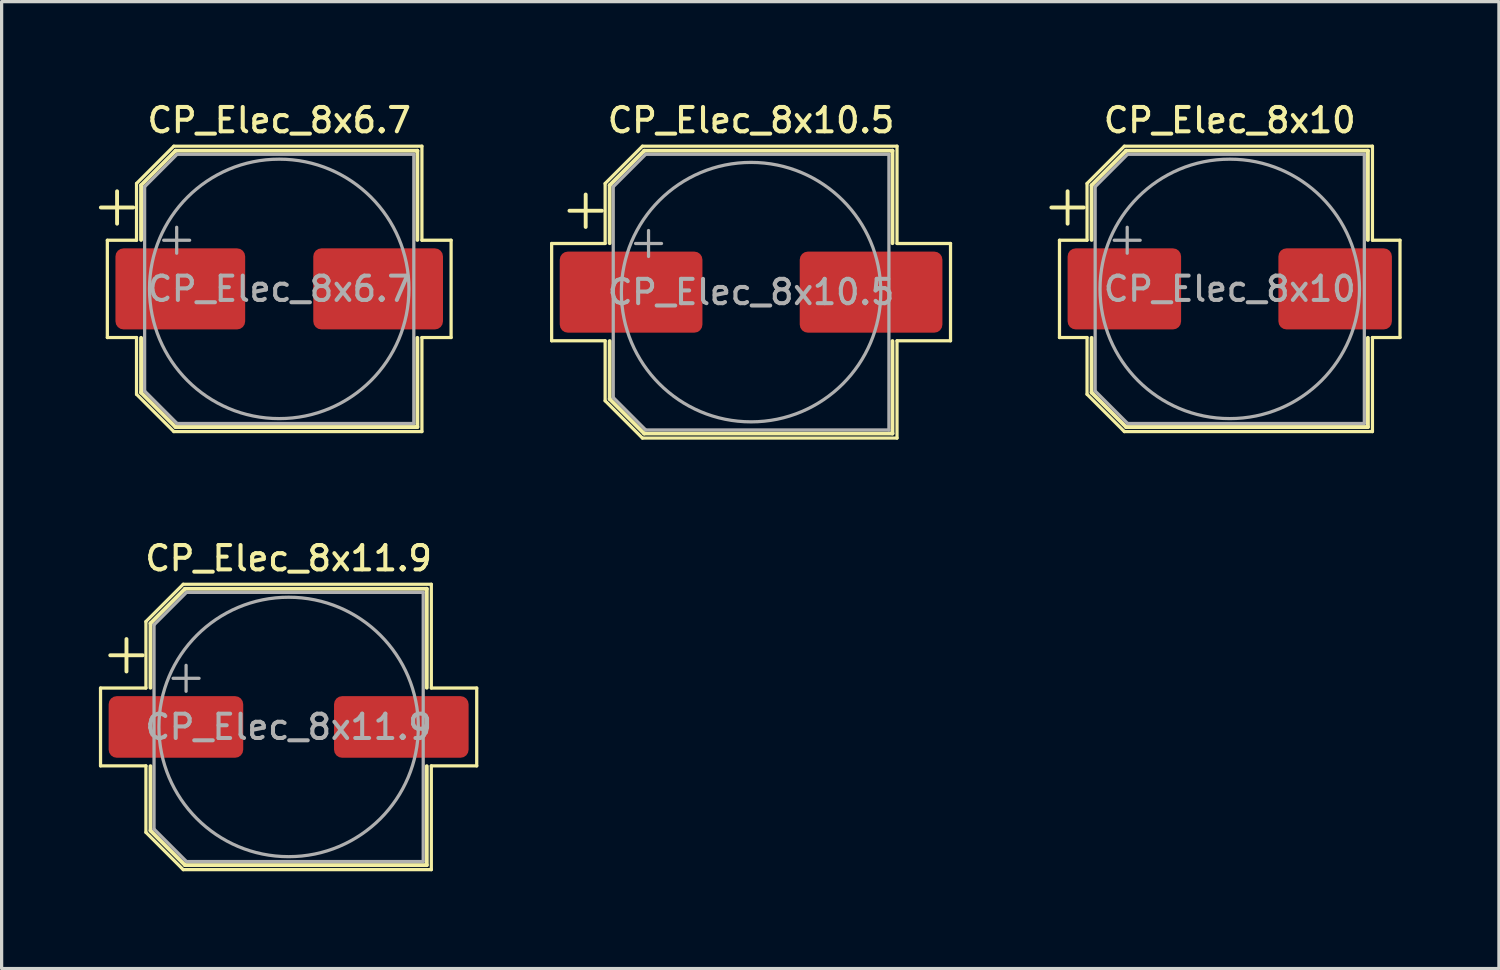
<source format=kicad_pcb>
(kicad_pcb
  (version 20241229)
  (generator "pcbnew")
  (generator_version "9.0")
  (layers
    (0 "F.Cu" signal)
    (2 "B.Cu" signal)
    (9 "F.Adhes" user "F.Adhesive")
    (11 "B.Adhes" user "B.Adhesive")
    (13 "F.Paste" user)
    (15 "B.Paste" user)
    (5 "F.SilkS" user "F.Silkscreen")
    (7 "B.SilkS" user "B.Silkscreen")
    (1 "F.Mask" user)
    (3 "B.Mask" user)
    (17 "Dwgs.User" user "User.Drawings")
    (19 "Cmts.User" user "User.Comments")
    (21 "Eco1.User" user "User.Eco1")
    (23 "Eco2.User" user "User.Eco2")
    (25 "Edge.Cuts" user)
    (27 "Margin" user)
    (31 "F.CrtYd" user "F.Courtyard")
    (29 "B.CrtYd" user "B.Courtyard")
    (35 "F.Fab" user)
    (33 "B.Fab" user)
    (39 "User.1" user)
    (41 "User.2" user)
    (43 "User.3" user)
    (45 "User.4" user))
  (footprint "CP_Elec_8x10"
    (layer "F.Cu")
    (at 34.87 5.858)
    (property "Reference" "CP_Elec_8x10" (at 0 -5.2 0) (layer "F.SilkS") (effects (font (size 0.75 0.75) (thickness 0.125))))
    (attr smd)
    (fp_line (start -5.5 -2.51) (end -4.5 -2.51) (stroke (width 0.12) (type solid)) (layer "F.SilkS"))
    (fp_line (start -5.25 -1.5) (end -5.25 1.5) (stroke (width 0.1) (type solid)) (layer "F.SilkS"))
    (fp_line (start -5.25 1.5) (end -4.4 1.5) (stroke (width 0.1) (type solid)) (layer "F.SilkS"))
    (fp_line (start -5 -3.01) (end -5 -2.01) (stroke (width 0.12) (type solid)) (layer "F.SilkS"))
    (fp_line (start -4.4 -3.25) (end -4.4 -1.5) (stroke (width 0.1) (type solid)) (layer "F.SilkS"))
    (fp_line (start -4.4 -3.25) (end -3.25 -4.4) (stroke (width 0.1) (type solid)) (layer "F.SilkS"))
    (fp_line (start -4.4 -1.5) (end -5.25 -1.5) (stroke (width 0.1) (type solid)) (layer "F.SilkS"))
    (fp_line (start -4.4 1.5) (end -4.4 3.25) (stroke (width 0.1) (type solid)) (layer "F.SilkS"))
    (fp_line (start -4.4 3.25) (end -3.25 4.4) (stroke (width 0.1) (type solid)) (layer "F.SilkS"))
    (fp_line (start -4.26 -3.196) (end -4.26 -1.51) (stroke (width 0.12) (type solid)) (layer "F.SilkS"))
    (fp_line (start -4.26 -3.196) (end -3.196 -4.26) (stroke (width 0.12) (type solid)) (layer "F.SilkS"))
    (fp_line (start -4.26 3.196) (end -4.26 1.51) (stroke (width 0.12) (type solid)) (layer "F.SilkS"))
    (fp_line (start -4.26 3.196) (end -3.196 4.26) (stroke (width 0.12) (type solid)) (layer "F.SilkS"))
    (fp_line (start -3.25 -4.4) (end 4.4 -4.4) (stroke (width 0.1) (type solid)) (layer "F.SilkS"))
    (fp_line (start -3.25 4.4) (end 4.4 4.4) (stroke (width 0.1) (type solid)) (layer "F.SilkS"))
    (fp_line (start -3.196 -4.26) (end 4.26 -4.26) (stroke (width 0.12) (type solid)) (layer "F.SilkS"))
    (fp_line (start -3.196 4.26) (end 4.26 4.26) (stroke (width 0.12) (type solid)) (layer "F.SilkS"))
    (fp_line (start 4.26 -4.26) (end 4.26 -1.51) (stroke (width 0.12) (type solid)) (layer "F.SilkS"))
    (fp_line (start 4.26 4.26) (end 4.26 1.51) (stroke (width 0.12) (type solid)) (layer "F.SilkS"))
    (fp_line (start 4.4 -4.4) (end 4.4 -1.5) (stroke (width 0.1) (type solid)) (layer "F.SilkS"))
    (fp_line (start 4.4 -1.5) (end 5.25 -1.5) (stroke (width 0.1) (type solid)) (layer "F.SilkS"))
    (fp_line (start 4.4 1.5) (end 4.4 4.4) (stroke (width 0.1) (type solid)) (layer "F.SilkS"))
    (fp_line (start 5.25 -1.5) (end 5.25 1.5) (stroke (width 0.1) (type solid)) (layer "F.SilkS"))
    (fp_line (start 5.25 1.5) (end 4.4 1.5) (stroke (width 0.1) (type solid)) (layer "F.SilkS"))
    (fp_line (start -4.15 -3.15) (end -4.15 3.15) (stroke (width 0.1) (type solid)) (layer "F.Fab"))
    (fp_line (start -4.15 -3.15) (end -3.15 -4.15) (stroke (width 0.1) (type solid)) (layer "F.Fab"))
    (fp_line (start -4.15 3.15) (end -3.15 4.15) (stroke (width 0.1) (type solid)) (layer "F.Fab"))
    (fp_line (start -3.562 -1.5) (end -2.762 -1.5) (stroke (width 0.1) (type solid)) (layer "F.Fab"))
    (fp_line (start -3.162 -1.9) (end -3.162 -1.1) (stroke (width 0.1) (type solid)) (layer "F.Fab"))
    (fp_line (start -3.15 -4.15) (end 4.15 -4.15) (stroke (width 0.1) (type solid)) (layer "F.Fab"))
    (fp_line (start -3.15 4.15) (end 4.15 4.15) (stroke (width 0.1) (type solid)) (layer "F.Fab"))
    (fp_line (start 4.15 -4.15) (end 4.15 4.15) (stroke (width 0.1) (type solid)) (layer "F.Fab"))
    (fp_circle (center 0 0) (end 4 0) (stroke (width 0.1) (type solid)) (fill no) (layer "F.Fab"))
    (fp_text user "${REFERENCE}" (at 0 0 0) (layer "F.Fab") (effects (font (size 0.75 0.75) (thickness 0.125))))
    (pad "1" smd roundrect (at -3.25 0) (size 3.5 2.5) (layers "F.Cu" "F.Mask" "F.Paste") (roundrect_rratio 0.1))
    (pad "2" smd roundrect (at 3.25 0) (size 3.5 2.5) (layers "F.Cu" "F.Mask" "F.Paste") (roundrect_rratio 0.1)))
  (footprint "CP_Elec_8x11.9"
    (layer "F.Cu")
    (at 5.85 19.366)
    (property "Reference" "CP_Elec_8x11.9" (at 0 -5.2 0) (layer "F.SilkS") (effects (font (size 0.75 0.75) (thickness 0.125))))
    (attr smd)
    (fp_line (start -5.8 -1.2) (end -5.8 1.2) (stroke (width 0.1) (type solid)) (layer "F.SilkS"))
    (fp_line (start -5.8 1.2) (end -4.4 1.2) (stroke (width 0.1) (type solid)) (layer "F.SilkS"))
    (fp_line (start -5.5 -2.21) (end -4.5 -2.21) (stroke (width 0.12) (type solid)) (layer "F.SilkS"))
    (fp_line (start -5 -2.71) (end -5 -1.71) (stroke (width 0.12) (type solid)) (layer "F.SilkS"))
    (fp_line (start -4.4 -3.25) (end -4.4 -1.2) (stroke (width 0.1) (type solid)) (layer "F.SilkS"))
    (fp_line (start -4.4 -3.25) (end -3.25 -4.4) (stroke (width 0.1) (type solid)) (layer "F.SilkS"))
    (fp_line (start -4.4 -1.2) (end -5.8 -1.2) (stroke (width 0.1) (type solid)) (layer "F.SilkS"))
    (fp_line (start -4.4 1.2) (end -4.4 3.25) (stroke (width 0.1) (type solid)) (layer "F.SilkS"))
    (fp_line (start -4.4 3.25) (end -3.25 4.4) (stroke (width 0.1) (type solid)) (layer "F.SilkS"))
    (fp_line (start -4.26 -3.196) (end -4.26 -1.21) (stroke (width 0.12) (type solid)) (layer "F.SilkS"))
    (fp_line (start -4.26 -3.196) (end -3.196 -4.26) (stroke (width 0.12) (type solid)) (layer "F.SilkS"))
    (fp_line (start -4.26 3.196) (end -4.26 1.21) (stroke (width 0.12) (type solid)) (layer "F.SilkS"))
    (fp_line (start -4.26 3.196) (end -3.196 4.26) (stroke (width 0.12) (type solid)) (layer "F.SilkS"))
    (fp_line (start -3.25 -4.4) (end 4.4 -4.4) (stroke (width 0.1) (type solid)) (layer "F.SilkS"))
    (fp_line (start -3.25 4.4) (end 4.4 4.4) (stroke (width 0.1) (type solid)) (layer "F.SilkS"))
    (fp_line (start -3.196 -4.26) (end 4.26 -4.26) (stroke (width 0.12) (type solid)) (layer "F.SilkS"))
    (fp_line (start -3.196 4.26) (end 4.26 4.26) (stroke (width 0.12) (type solid)) (layer "F.SilkS"))
    (fp_line (start 4.26 -4.26) (end 4.26 -1.21) (stroke (width 0.12) (type solid)) (layer "F.SilkS"))
    (fp_line (start 4.26 4.26) (end 4.26 1.21) (stroke (width 0.12) (type solid)) (layer "F.SilkS"))
    (fp_line (start 4.4 -4.4) (end 4.4 -1.2) (stroke (width 0.1) (type solid)) (layer "F.SilkS"))
    (fp_line (start 4.4 -1.2) (end 5.8 -1.2) (stroke (width 0.1) (type solid)) (layer "F.SilkS"))
    (fp_line (start 4.4 1.2) (end 4.4 4.4) (stroke (width 0.1) (type solid)) (layer "F.SilkS"))
    (fp_line (start 5.8 -1.2) (end 5.8 1.2) (stroke (width 0.1) (type solid)) (layer "F.SilkS"))
    (fp_line (start 5.8 1.2) (end 4.4 1.2) (stroke (width 0.1) (type solid)) (layer "F.SilkS"))
    (fp_line (start -4.15 -3.15) (end -4.15 3.15) (stroke (width 0.1) (type solid)) (layer "F.Fab"))
    (fp_line (start -4.15 -3.15) (end -3.15 -4.15) (stroke (width 0.1) (type solid)) (layer "F.Fab"))
    (fp_line (start -4.15 3.15) (end -3.15 4.15) (stroke (width 0.1) (type solid)) (layer "F.Fab"))
    (fp_line (start -3.562 -1.5) (end -2.762 -1.5) (stroke (width 0.1) (type solid)) (layer "F.Fab"))
    (fp_line (start -3.162 -1.9) (end -3.162 -1.1) (stroke (width 0.1) (type solid)) (layer "F.Fab"))
    (fp_line (start -3.15 -4.15) (end 4.15 -4.15) (stroke (width 0.1) (type solid)) (layer "F.Fab"))
    (fp_line (start -3.15 4.15) (end 4.15 4.15) (stroke (width 0.1) (type solid)) (layer "F.Fab"))
    (fp_line (start 4.15 -4.15) (end 4.15 4.15) (stroke (width 0.1) (type solid)) (layer "F.Fab"))
    (fp_circle (center 0 0) (end 4 0) (stroke (width 0.1) (type solid)) (fill no) (layer "F.Fab"))
    (fp_text user "${REFERENCE}" (at 0 0 0) (layer "F.Fab") (effects (font (size 0.75 0.75) (thickness 0.125))))
    (pad "1" smd roundrect (at -3.475 0) (size 4.15 1.9) (layers "F.Cu" "F.Mask" "F.Paste") (roundrect_rratio 0.132))
    (pad "2" smd roundrect (at 3.475 0) (size 4.15 1.9) (layers "F.Cu" "F.Mask" "F.Paste") (roundrect_rratio 0.132)))
  (footprint "CP_Elec_8x10.5"
    (layer "F.Cu")
    (at 20.11 5.958)
    (property "Reference" "CP_Elec_8x10.5" (at 0 -5.3 0) (layer "F.SilkS") (effects (font (size 0.75 0.75) (thickness 0.125))))
    (attr smd)
    (fp_line (start -6.15 -1.5) (end -6.15 1.5) (stroke (width 0.1) (type solid)) (layer "F.SilkS"))
    (fp_line (start -6.15 1.5) (end -4.5 1.5) (stroke (width 0.1) (type solid)) (layer "F.SilkS"))
    (fp_line (start -5.6 -2.51) (end -4.6 -2.51) (stroke (width 0.12) (type solid)) (layer "F.SilkS"))
    (fp_line (start -5.1 -3.01) (end -5.1 -2.01) (stroke (width 0.12) (type solid)) (layer "F.SilkS"))
    (fp_line (start -4.5 -3.35) (end -4.5 -1.5) (stroke (width 0.1) (type solid)) (layer "F.SilkS"))
    (fp_line (start -4.5 -3.35) (end -3.35 -4.5) (stroke (width 0.1) (type solid)) (layer "F.SilkS"))
    (fp_line (start -4.5 -1.5) (end -6.15 -1.5) (stroke (width 0.1) (type solid)) (layer "F.SilkS"))
    (fp_line (start -4.5 1.5) (end -4.5 3.35) (stroke (width 0.1) (type solid)) (layer "F.SilkS"))
    (fp_line (start -4.5 3.35) (end -3.35 4.5) (stroke (width 0.1) (type solid)) (layer "F.SilkS"))
    (fp_line (start -4.36 -3.296) (end -4.36 -1.51) (stroke (width 0.12) (type solid)) (layer "F.SilkS"))
    (fp_line (start -4.36 -3.296) (end -3.296 -4.36) (stroke (width 0.12) (type solid)) (layer "F.SilkS"))
    (fp_line (start -4.36 3.296) (end -4.36 1.51) (stroke (width 0.12) (type solid)) (layer "F.SilkS"))
    (fp_line (start -4.36 3.296) (end -3.296 4.36) (stroke (width 0.12) (type solid)) (layer "F.SilkS"))
    (fp_line (start -3.35 -4.5) (end 4.5 -4.5) (stroke (width 0.1) (type solid)) (layer "F.SilkS"))
    (fp_line (start -3.35 4.5) (end 4.5 4.5) (stroke (width 0.1) (type solid)) (layer "F.SilkS"))
    (fp_line (start -3.296 -4.36) (end 4.36 -4.36) (stroke (width 0.12) (type solid)) (layer "F.SilkS"))
    (fp_line (start -3.296 4.36) (end 4.36 4.36) (stroke (width 0.12) (type solid)) (layer "F.SilkS"))
    (fp_line (start 4.36 -4.36) (end 4.36 -1.51) (stroke (width 0.12) (type solid)) (layer "F.SilkS"))
    (fp_line (start 4.36 4.36) (end 4.36 1.51) (stroke (width 0.12) (type solid)) (layer "F.SilkS"))
    (fp_line (start 4.5 -4.5) (end 4.5 -1.5) (stroke (width 0.1) (type solid)) (layer "F.SilkS"))
    (fp_line (start 4.5 -1.5) (end 6.15 -1.5) (stroke (width 0.1) (type solid)) (layer "F.SilkS"))
    (fp_line (start 4.5 1.5) (end 4.5 4.5) (stroke (width 0.1) (type solid)) (layer "F.SilkS"))
    (fp_line (start 6.15 -1.5) (end 6.15 1.5) (stroke (width 0.1) (type solid)) (layer "F.SilkS"))
    (fp_line (start 6.15 1.5) (end 4.5 1.5) (stroke (width 0.1) (type solid)) (layer "F.SilkS"))
    (fp_line (start -4.25 -3.25) (end -4.25 3.25) (stroke (width 0.1) (type solid)) (layer "F.Fab"))
    (fp_line (start -4.25 -3.25) (end -3.25 -4.25) (stroke (width 0.1) (type solid)) (layer "F.Fab"))
    (fp_line (start -4.25 3.25) (end -3.25 4.25) (stroke (width 0.1) (type solid)) (layer "F.Fab"))
    (fp_line (start -3.562 -1.5) (end -2.762 -1.5) (stroke (width 0.1) (type solid)) (layer "F.Fab"))
    (fp_line (start -3.25 -4.25) (end 4.25 -4.25) (stroke (width 0.1) (type solid)) (layer "F.Fab"))
    (fp_line (start -3.25 4.25) (end 4.25 4.25) (stroke (width 0.1) (type solid)) (layer "F.Fab"))
    (fp_line (start -3.162 -1.9) (end -3.162 -1.1) (stroke (width 0.1) (type solid)) (layer "F.Fab"))
    (fp_line (start 4.25 -4.25) (end 4.25 4.25) (stroke (width 0.1) (type solid)) (layer "F.Fab"))
    (fp_circle (center 0 0) (end 4 0) (stroke (width 0.1) (type solid)) (fill no) (layer "F.Fab"))
    (fp_text user "${REFERENCE}" (at 0 0 0) (layer "F.Fab") (effects (font (size 0.75 0.75) (thickness 0.125))))
    (pad "1" smd roundrect (at -3.7 0) (size 4.4 2.5) (layers "F.Cu" "F.Mask" "F.Paste") (roundrect_rratio 0.1))
    (pad "2" smd roundrect (at 3.7 0) (size 4.4 2.5) (layers "F.Cu" "F.Mask" "F.Paste") (roundrect_rratio 0.1)))
  (footprint "CP_Elec_8x6.7"
    (layer "F.Cu")
    (at 5.56 5.858)
    (property "Reference" "CP_Elec_8x6.7" (at 0 -5.2 0) (layer "F.SilkS") (effects (font (size 0.75 0.75) (thickness 0.125))))
    (attr smd)
    (fp_line (start -5.5 -2.51) (end -4.5 -2.51) (stroke (width 0.12) (type solid)) (layer "F.SilkS"))
    (fp_line (start -5.3 -1.5) (end -5.3 1.5) (stroke (width 0.1) (type solid)) (layer "F.SilkS"))
    (fp_line (start -5.3 1.5) (end -4.4 1.5) (stroke (width 0.1) (type solid)) (layer "F.SilkS"))
    (fp_line (start -5 -3.01) (end -5 -2.01) (stroke (width 0.12) (type solid)) (layer "F.SilkS"))
    (fp_line (start -4.4 -3.25) (end -4.4 -1.5) (stroke (width 0.1) (type solid)) (layer "F.SilkS"))
    (fp_line (start -4.4 -3.25) (end -3.25 -4.4) (stroke (width 0.1) (type solid)) (layer "F.SilkS"))
    (fp_line (start -4.4 -1.5) (end -5.3 -1.5) (stroke (width 0.1) (type solid)) (layer "F.SilkS"))
    (fp_line (start -4.4 1.5) (end -4.4 3.25) (stroke (width 0.1) (type solid)) (layer "F.SilkS"))
    (fp_line (start -4.4 3.25) (end -3.25 4.4) (stroke (width 0.1) (type solid)) (layer "F.SilkS"))
    (fp_line (start -4.26 -3.196) (end -4.26 -1.51) (stroke (width 0.12) (type solid)) (layer "F.SilkS"))
    (fp_line (start -4.26 -3.196) (end -3.196 -4.26) (stroke (width 0.12) (type solid)) (layer "F.SilkS"))
    (fp_line (start -4.26 3.196) (end -4.26 1.51) (stroke (width 0.12) (type solid)) (layer "F.SilkS"))
    (fp_line (start -4.26 3.196) (end -3.196 4.26) (stroke (width 0.12) (type solid)) (layer "F.SilkS"))
    (fp_line (start -3.25 -4.4) (end 4.4 -4.4) (stroke (width 0.1) (type solid)) (layer "F.SilkS"))
    (fp_line (start -3.25 4.4) (end 4.4 4.4) (stroke (width 0.1) (type solid)) (layer "F.SilkS"))
    (fp_line (start -3.196 -4.26) (end 4.26 -4.26) (stroke (width 0.12) (type solid)) (layer "F.SilkS"))
    (fp_line (start -3.196 4.26) (end 4.26 4.26) (stroke (width 0.12) (type solid)) (layer "F.SilkS"))
    (fp_line (start 4.26 -4.26) (end 4.26 -1.51) (stroke (width 0.12) (type solid)) (layer "F.SilkS"))
    (fp_line (start 4.26 4.26) (end 4.26 1.51) (stroke (width 0.12) (type solid)) (layer "F.SilkS"))
    (fp_line (start 4.4 -4.4) (end 4.4 -1.5) (stroke (width 0.1) (type solid)) (layer "F.SilkS"))
    (fp_line (start 4.4 -1.5) (end 5.3 -1.5) (stroke (width 0.1) (type solid)) (layer "F.SilkS"))
    (fp_line (start 4.4 1.5) (end 4.4 4.4) (stroke (width 0.1) (type solid)) (layer "F.SilkS"))
    (fp_line (start 5.3 -1.5) (end 5.3 1.5) (stroke (width 0.1) (type solid)) (layer "F.SilkS"))
    (fp_line (start 5.3 1.5) (end 4.4 1.5) (stroke (width 0.1) (type solid)) (layer "F.SilkS"))
    (fp_line (start -4.15 -3.15) (end -4.15 3.15) (stroke (width 0.1) (type solid)) (layer "F.Fab"))
    (fp_line (start -4.15 -3.15) (end -3.15 -4.15) (stroke (width 0.1) (type solid)) (layer "F.Fab"))
    (fp_line (start -4.15 3.15) (end -3.15 4.15) (stroke (width 0.1) (type solid)) (layer "F.Fab"))
    (fp_line (start -3.562 -1.5) (end -2.762 -1.5) (stroke (width 0.1) (type solid)) (layer "F.Fab"))
    (fp_line (start -3.162 -1.9) (end -3.162 -1.1) (stroke (width 0.1) (type solid)) (layer "F.Fab"))
    (fp_line (start -3.15 -4.15) (end 4.15 -4.15) (stroke (width 0.1) (type solid)) (layer "F.Fab"))
    (fp_line (start -3.15 4.15) (end 4.15 4.15) (stroke (width 0.1) (type solid)) (layer "F.Fab"))
    (fp_line (start 4.15 -4.15) (end 4.15 4.15) (stroke (width 0.1) (type solid)) (layer "F.Fab"))
    (fp_circle (center 0 0) (end 4 0) (stroke (width 0.1) (type solid)) (fill no) (layer "F.Fab"))
    (fp_text user "${REFERENCE}" (at 0 0 0) (layer "F.Fab") (effects (font (size 0.75 0.75) (thickness 0.125))))
    (pad "1" smd roundrect (at -3.05 0) (size 4 2.5) (layers "F.Cu" "F.Mask" "F.Paste") (roundrect_rratio 0.1))
    (pad "2" smd roundrect (at 3.05 0) (size 4 2.5) (layers "F.Cu" "F.Mask" "F.Paste") (roundrect_rratio 0.1)))
  (gr_rect
    (start -3 -3)
    (end 43.17 26.816)
    (stroke (width 0.1) (type default))
    (fill no)
    (layer "Edge.Cuts")))
</source>
